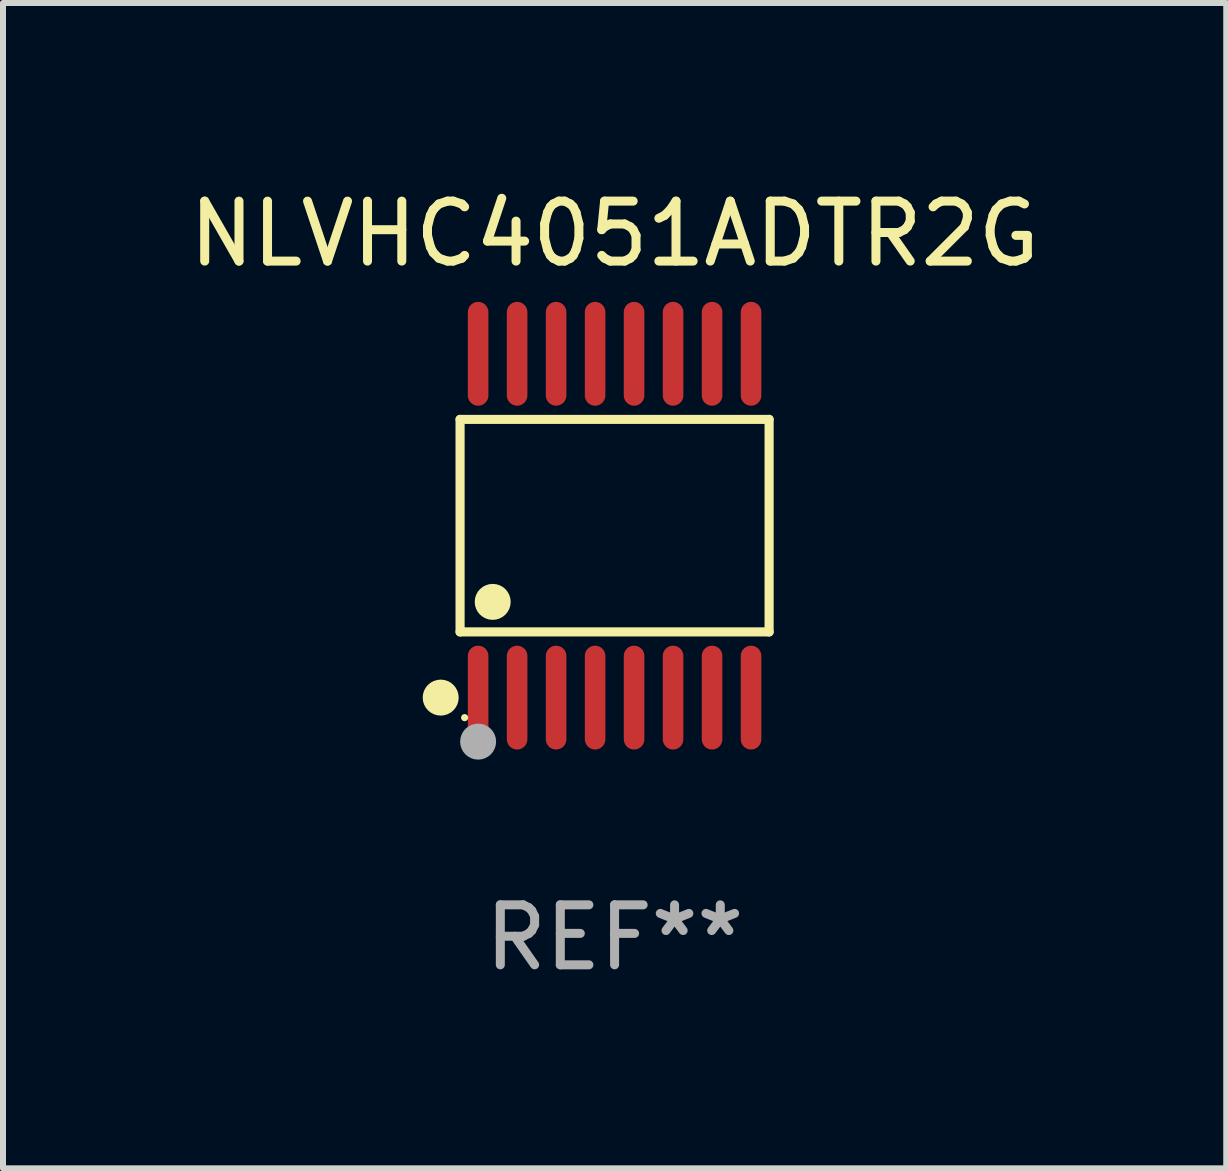
<source format=kicad_pcb>
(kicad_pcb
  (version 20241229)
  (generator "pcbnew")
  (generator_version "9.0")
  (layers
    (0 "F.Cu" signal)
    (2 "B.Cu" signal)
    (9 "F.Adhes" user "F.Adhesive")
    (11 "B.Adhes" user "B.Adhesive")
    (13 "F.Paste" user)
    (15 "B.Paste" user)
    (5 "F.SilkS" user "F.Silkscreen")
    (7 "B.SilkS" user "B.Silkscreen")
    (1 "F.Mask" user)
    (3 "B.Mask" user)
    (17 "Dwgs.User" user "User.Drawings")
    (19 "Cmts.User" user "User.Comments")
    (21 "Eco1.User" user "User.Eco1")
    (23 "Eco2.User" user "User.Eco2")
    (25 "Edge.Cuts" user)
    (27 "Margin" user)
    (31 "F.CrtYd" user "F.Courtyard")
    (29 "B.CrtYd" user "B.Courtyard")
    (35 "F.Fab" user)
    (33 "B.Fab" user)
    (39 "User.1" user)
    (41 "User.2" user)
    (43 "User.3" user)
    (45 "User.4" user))
  (footprint "NLVHC4051ADTR2G"
    (layer "F.Cu")
    (at 7.196 5.714)
    (property "Reference" "NLVHC4051ADTR2G" (at 0 -4.866 0) (layer "F.SilkS") (effects (font (size 1 1) (thickness 0.15))))
    (attr through_hole)
    (fp_line (start -2.576 -1.772) (end 2.576 -1.772) (stroke (width 0.152) (type solid)) (layer "F.SilkS"))
    (fp_line (start -2.576 1.771) (end -2.576 -1.772) (stroke (width 0.152) (type solid)) (layer "F.SilkS"))
    (fp_line (start 2.576 -1.772) (end 2.576 1.771) (stroke (width 0.152) (type solid)) (layer "F.SilkS"))
    (fp_line (start 2.576 1.771) (end -2.576 1.771) (stroke (width 0.152) (type solid)) (layer "F.SilkS"))
    (fp_circle (center -2.899 2.866) (end -2.749 2.866) (stroke (width 0.3) (type solid)) (fill no) (layer "F.SilkS"))
    (fp_circle (center -2.5 3.2) (end -2.47 3.2) (stroke (width 0.06) (type solid)) (fill no) (layer "F.SilkS"))
    (fp_circle (center -2.032 1.27) (end -1.882 1.27) (stroke (width 0.3) (type solid)) (fill no) (layer "F.SilkS"))
    (fp_circle (center -2.275 3.6) (end -2.125 3.6) (stroke (width 0.3) (type solid)) (fill no) (layer "F.Fab"))
    (fp_text user "REF**" (at 0 6.866 0) (layer "F.Fab") (effects (font (size 1 1) (thickness 0.15))))
    (pad "1" smd oval (at -2.275 2.866) (size 0.343 1.731) (layers "F.Cu" "F.Mask" "F.Paste"))
    (pad "2" smd oval (at -1.625 2.866) (size 0.343 1.731) (layers "F.Cu" "F.Mask" "F.Paste"))
    (pad "3" smd oval (at -0.975 2.866) (size 0.343 1.731) (layers "F.Cu" "F.Mask" "F.Paste"))
    (pad "4" smd oval (at -0.325 2.866) (size 0.343 1.731) (layers "F.Cu" "F.Mask" "F.Paste"))
    (pad "5" smd oval (at 0.325 2.866) (size 0.343 1.731) (layers "F.Cu" "F.Mask" "F.Paste"))
    (pad "6" smd oval (at 0.975 2.866) (size 0.343 1.731) (layers "F.Cu" "F.Mask" "F.Paste"))
    (pad "7" smd oval (at 1.625 2.866) (size 0.343 1.731) (layers "F.Cu" "F.Mask" "F.Paste"))
    (pad "8" smd oval (at 2.275 2.866) (size 0.343 1.731) (layers "F.Cu" "F.Mask" "F.Paste"))
    (pad "9" smd oval (at 2.275 -2.866) (size 0.343 1.731) (layers "F.Cu" "F.Mask" "F.Paste"))
    (pad "10" smd oval (at 1.625 -2.866) (size 0.343 1.731) (layers "F.Cu" "F.Mask" "F.Paste"))
    (pad "11" smd oval (at 0.975 -2.866) (size 0.343 1.731) (layers "F.Cu" "F.Mask" "F.Paste"))
    (pad "12" smd oval (at 0.325 -2.866) (size 0.343 1.731) (layers "F.Cu" "F.Mask" "F.Paste"))
    (pad "13" smd oval (at -0.325 -2.866) (size 0.343 1.731) (layers "F.Cu" "F.Mask" "F.Paste"))
    (pad "14" smd oval (at -0.975 -2.866) (size 0.343 1.731) (layers "F.Cu" "F.Mask" "F.Paste"))
    (pad "15" smd oval (at -1.625 -2.866) (size 0.343 1.731) (layers "F.Cu" "F.Mask" "F.Paste"))
    (pad "16" smd oval (at -2.275 -2.866) (size 0.343 1.731) (layers "F.Cu" "F.Mask" "F.Paste")))
  (gr_rect
    (start -3 -3)
    (end 17.393 16.428)
    (stroke (width 0.1) (type default))
    (fill no)
    (layer "Edge.Cuts")))
</source>
